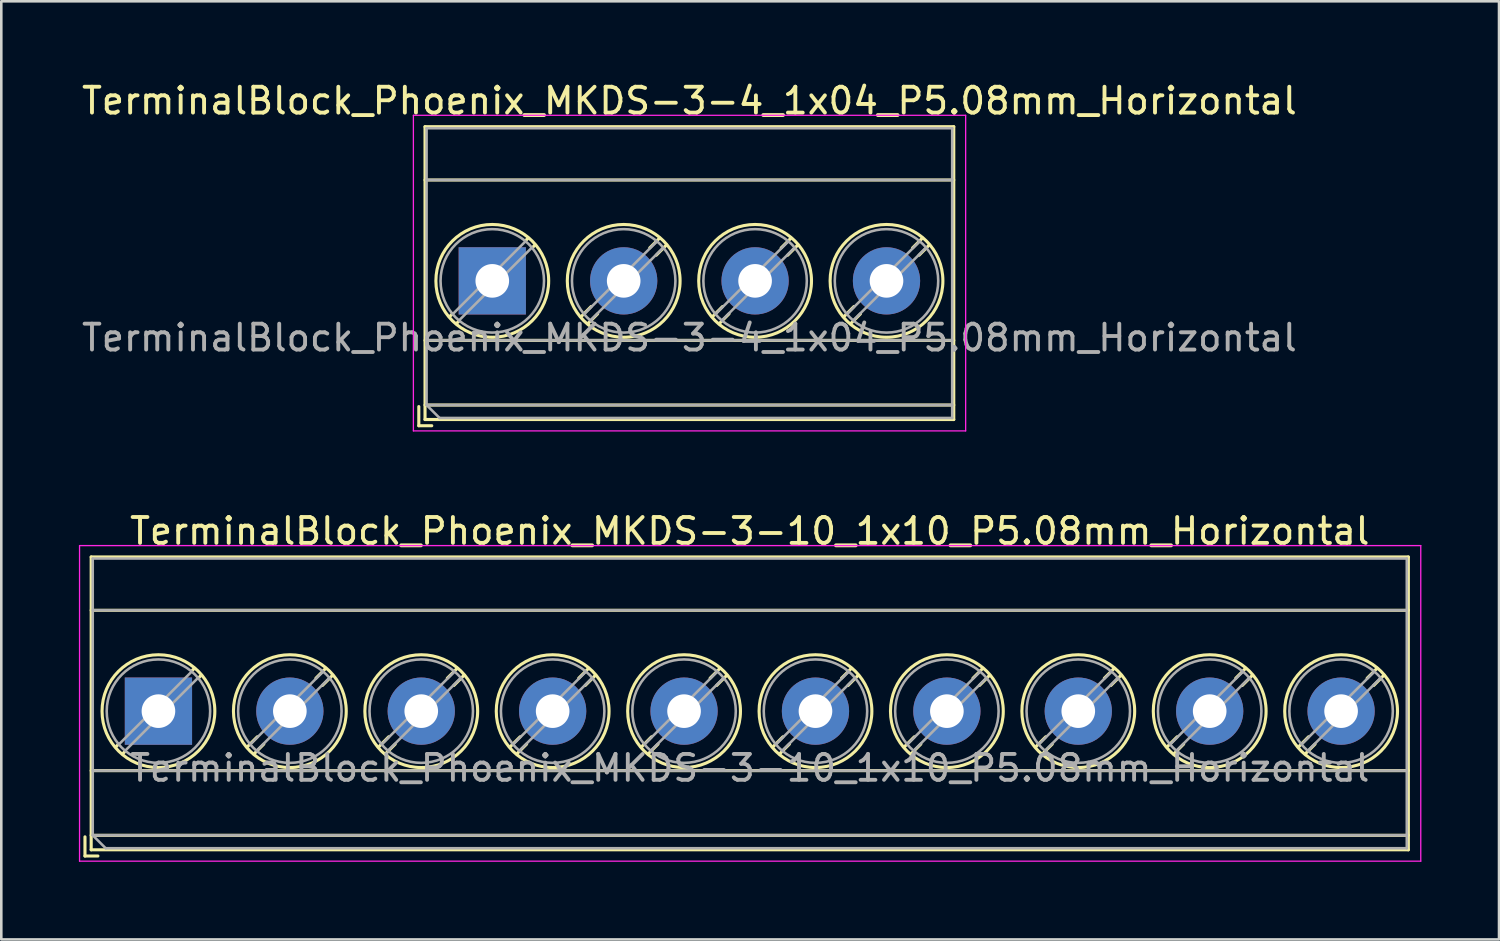
<source format=kicad_pcb>
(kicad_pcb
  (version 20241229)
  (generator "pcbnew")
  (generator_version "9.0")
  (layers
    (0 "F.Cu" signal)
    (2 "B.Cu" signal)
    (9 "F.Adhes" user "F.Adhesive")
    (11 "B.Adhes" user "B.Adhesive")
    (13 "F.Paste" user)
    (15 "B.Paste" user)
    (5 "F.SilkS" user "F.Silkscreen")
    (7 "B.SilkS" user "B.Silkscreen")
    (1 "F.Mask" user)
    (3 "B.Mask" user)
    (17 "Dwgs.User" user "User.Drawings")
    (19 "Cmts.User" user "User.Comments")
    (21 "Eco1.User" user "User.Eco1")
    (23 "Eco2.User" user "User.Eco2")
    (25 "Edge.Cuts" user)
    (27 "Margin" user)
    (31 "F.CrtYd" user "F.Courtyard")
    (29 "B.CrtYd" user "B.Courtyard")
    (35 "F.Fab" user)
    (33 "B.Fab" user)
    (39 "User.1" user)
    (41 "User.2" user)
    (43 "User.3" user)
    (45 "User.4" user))
  (footprint "TerminalBlock_Phoenix_MKDS-3-10_1x10_P5.08mm_Horizontal"
    (layer "F.Cu")
    (at 3.075 24.442)
    (property "Reference" "TerminalBlock_Phoenix_MKDS-3-10_1x10_P5.08mm_Horizontal" (at 22.86 -6.96 0) (layer "F.SilkS") (effects (font (size 1 1) (thickness 0.15))))
    (attr through_hole)
    (fp_line (start -2.84 4.86) (end -2.84 5.6) (stroke (width 0.12) (type solid)) (layer "F.SilkS"))
    (fp_line (start -2.84 5.6) (end -2.34 5.6) (stroke (width 0.12) (type solid)) (layer "F.SilkS"))
    (fp_line (start -2.6 -5.96) (end -2.6 5.36) (stroke (width 0.12) (type solid)) (layer "F.SilkS"))
    (fp_line (start -2.6 -5.96) (end 48.32 -5.96) (stroke (width 0.12) (type solid)) (layer "F.SilkS"))
    (fp_line (start -2.6 -3.9) (end 48.32 -3.9) (stroke (width 0.12) (type solid)) (layer "F.SilkS"))
    (fp_line (start -2.6 2.3) (end 48.32 2.3) (stroke (width 0.12) (type solid)) (layer "F.SilkS"))
    (fp_line (start -2.6 4.8) (end 48.32 4.8) (stroke (width 0.12) (type solid)) (layer "F.SilkS"))
    (fp_line (start -2.6 5.36) (end 48.32 5.36) (stroke (width 0.12) (type solid)) (layer "F.SilkS"))
    (fp_line (start -1.548 1.281) (end -1.654 1.388) (stroke (width 0.12) (type solid)) (layer "F.SilkS"))
    (fp_line (start -1.282 1.547) (end -1.388 1.654) (stroke (width 0.12) (type solid)) (layer "F.SilkS"))
    (fp_line (start 1.388 -1.654) (end 1.281 -1.547) (stroke (width 0.12) (type solid)) (layer "F.SilkS"))
    (fp_line (start 1.654 -1.388) (end 1.547 -1.281) (stroke (width 0.12) (type solid)) (layer "F.SilkS"))
    (fp_line (start 3.822 0.992) (end 3.427 1.388) (stroke (width 0.12) (type solid)) (layer "F.SilkS"))
    (fp_line (start 4.073 1.274) (end 3.693 1.654) (stroke (width 0.12) (type solid)) (layer "F.SilkS"))
    (fp_line (start 6.468 -1.654) (end 6.088 -1.274) (stroke (width 0.12) (type solid)) (layer "F.SilkS"))
    (fp_line (start 6.734 -1.388) (end 6.339 -0.992) (stroke (width 0.12) (type solid)) (layer "F.SilkS"))
    (fp_line (start 8.902 0.992) (end 8.507 1.388) (stroke (width 0.12) (type solid)) (layer "F.SilkS"))
    (fp_line (start 9.153 1.274) (end 8.773 1.654) (stroke (width 0.12) (type solid)) (layer "F.SilkS"))
    (fp_line (start 11.548 -1.654) (end 11.168 -1.274) (stroke (width 0.12) (type solid)) (layer "F.SilkS"))
    (fp_line (start 11.814 -1.388) (end 11.419 -0.992) (stroke (width 0.12) (type solid)) (layer "F.SilkS"))
    (fp_line (start 13.982 0.992) (end 13.587 1.388) (stroke (width 0.12) (type solid)) (layer "F.SilkS"))
    (fp_line (start 14.233 1.274) (end 13.853 1.654) (stroke (width 0.12) (type solid)) (layer "F.SilkS"))
    (fp_line (start 16.628 -1.654) (end 16.248 -1.274) (stroke (width 0.12) (type solid)) (layer "F.SilkS"))
    (fp_line (start 16.894 -1.388) (end 16.499 -0.992) (stroke (width 0.12) (type solid)) (layer "F.SilkS"))
    (fp_line (start 19.062 0.992) (end 18.667 1.388) (stroke (width 0.12) (type solid)) (layer "F.SilkS"))
    (fp_line (start 19.313 1.274) (end 18.933 1.654) (stroke (width 0.12) (type solid)) (layer "F.SilkS"))
    (fp_line (start 21.708 -1.654) (end 21.328 -1.274) (stroke (width 0.12) (type solid)) (layer "F.SilkS"))
    (fp_line (start 21.974 -1.388) (end 21.579 -0.992) (stroke (width 0.12) (type solid)) (layer "F.SilkS"))
    (fp_line (start 24.142 0.992) (end 23.747 1.388) (stroke (width 0.12) (type solid)) (layer "F.SilkS"))
    (fp_line (start 24.393 1.274) (end 24.013 1.654) (stroke (width 0.12) (type solid)) (layer "F.SilkS"))
    (fp_line (start 26.788 -1.654) (end 26.408 -1.274) (stroke (width 0.12) (type solid)) (layer "F.SilkS"))
    (fp_line (start 27.054 -1.388) (end 26.659 -0.992) (stroke (width 0.12) (type solid)) (layer "F.SilkS"))
    (fp_line (start 29.222 0.992) (end 28.827 1.388) (stroke (width 0.12) (type solid)) (layer "F.SilkS"))
    (fp_line (start 29.473 1.274) (end 29.093 1.654) (stroke (width 0.12) (type solid)) (layer "F.SilkS"))
    (fp_line (start 31.868 -1.654) (end 31.488 -1.274) (stroke (width 0.12) (type solid)) (layer "F.SilkS"))
    (fp_line (start 32.134 -1.388) (end 31.739 -0.992) (stroke (width 0.12) (type solid)) (layer "F.SilkS"))
    (fp_line (start 34.302 0.992) (end 33.907 1.388) (stroke (width 0.12) (type solid)) (layer "F.SilkS"))
    (fp_line (start 34.553 1.274) (end 34.173 1.654) (stroke (width 0.12) (type solid)) (layer "F.SilkS"))
    (fp_line (start 36.948 -1.654) (end 36.568 -1.274) (stroke (width 0.12) (type solid)) (layer "F.SilkS"))
    (fp_line (start 37.214 -1.388) (end 36.819 -0.992) (stroke (width 0.12) (type solid)) (layer "F.SilkS"))
    (fp_line (start 39.382 0.992) (end 38.987 1.388) (stroke (width 0.12) (type solid)) (layer "F.SilkS"))
    (fp_line (start 39.633 1.274) (end 39.253 1.654) (stroke (width 0.12) (type solid)) (layer "F.SilkS"))
    (fp_line (start 42.028 -1.654) (end 41.648 -1.274) (stroke (width 0.12) (type solid)) (layer "F.SilkS"))
    (fp_line (start 42.294 -1.388) (end 41.899 -0.992) (stroke (width 0.12) (type solid)) (layer "F.SilkS"))
    (fp_line (start 44.462 0.992) (end 44.067 1.388) (stroke (width 0.12) (type solid)) (layer "F.SilkS"))
    (fp_line (start 44.713 1.274) (end 44.333 1.654) (stroke (width 0.12) (type solid)) (layer "F.SilkS"))
    (fp_line (start 47.108 -1.654) (end 46.728 -1.274) (stroke (width 0.12) (type solid)) (layer "F.SilkS"))
    (fp_line (start 47.374 -1.388) (end 46.979 -0.992) (stroke (width 0.12) (type solid)) (layer "F.SilkS"))
    (fp_line (start 48.32 -5.96) (end 48.32 5.36) (stroke (width 0.12) (type solid)) (layer "F.SilkS"))
    (fp_circle (center 0 0) (end 2.18 0) (stroke (width 0.12) (type solid)) (fill no) (layer "F.SilkS"))
    (fp_circle (center 5.08 0) (end 7.26 0) (stroke (width 0.12) (type solid)) (fill no) (layer "F.SilkS"))
    (fp_circle (center 10.16 0) (end 12.34 0) (stroke (width 0.12) (type solid)) (fill no) (layer "F.SilkS"))
    (fp_circle (center 15.24 0) (end 17.42 0) (stroke (width 0.12) (type solid)) (fill no) (layer "F.SilkS"))
    (fp_circle (center 20.32 0) (end 22.5 0) (stroke (width 0.12) (type solid)) (fill no) (layer "F.SilkS"))
    (fp_circle (center 25.4 0) (end 27.58 0) (stroke (width 0.12) (type solid)) (fill no) (layer "F.SilkS"))
    (fp_circle (center 30.48 0) (end 32.66 0) (stroke (width 0.12) (type solid)) (fill no) (layer "F.SilkS"))
    (fp_circle (center 35.56 0) (end 37.74 0) (stroke (width 0.12) (type solid)) (fill no) (layer "F.SilkS"))
    (fp_circle (center 40.64 0) (end 42.82 0) (stroke (width 0.12) (type solid)) (fill no) (layer "F.SilkS"))
    (fp_circle (center 45.72 0) (end 47.9 0) (stroke (width 0.12) (type solid)) (fill no) (layer "F.SilkS"))
    (fp_line (start -3.05 -6.4) (end -3.05 5.8) (stroke (width 0.05) (type solid)) (layer "F.CrtYd"))
    (fp_line (start -3.05 5.8) (end 48.8 5.8) (stroke (width 0.05) (type solid)) (layer "F.CrtYd"))
    (fp_line (start 48.8 -6.4) (end -3.05 -6.4) (stroke (width 0.05) (type solid)) (layer "F.CrtYd"))
    (fp_line (start 48.8 5.8) (end 48.8 -6.4) (stroke (width 0.05) (type solid)) (layer "F.CrtYd"))
    (fp_line (start -2.54 -5.9) (end 48.26 -5.9) (stroke (width 0.1) (type solid)) (layer "F.Fab"))
    (fp_line (start -2.54 -3.9) (end 48.26 -3.9) (stroke (width 0.1) (type solid)) (layer "F.Fab"))
    (fp_line (start -2.54 2.3) (end 48.26 2.3) (stroke (width 0.1) (type solid)) (layer "F.Fab"))
    (fp_line (start -2.54 4.8) (end -2.54 -5.9) (stroke (width 0.1) (type solid)) (layer "F.Fab"))
    (fp_line (start -2.54 4.8) (end 48.26 4.8) (stroke (width 0.1) (type solid)) (layer "F.Fab"))
    (fp_line (start -2.04 5.3) (end -2.54 4.8) (stroke (width 0.1) (type solid)) (layer "F.Fab"))
    (fp_line (start 1.273 -1.517) (end -1.517 1.273) (stroke (width 0.1) (type solid)) (layer "F.Fab"))
    (fp_line (start 1.517 -1.273) (end -1.273 1.517) (stroke (width 0.1) (type solid)) (layer "F.Fab"))
    (fp_line (start 6.353 -1.517) (end 3.564 1.273) (stroke (width 0.1) (type solid)) (layer "F.Fab"))
    (fp_line (start 6.597 -1.273) (end 3.808 1.517) (stroke (width 0.1) (type solid)) (layer "F.Fab"))
    (fp_line (start 11.433 -1.517) (end 8.644 1.273) (stroke (width 0.1) (type solid)) (layer "F.Fab"))
    (fp_line (start 11.677 -1.273) (end 8.888 1.517) (stroke (width 0.1) (type solid)) (layer "F.Fab"))
    (fp_line (start 16.513 -1.517) (end 13.724 1.273) (stroke (width 0.1) (type solid)) (layer "F.Fab"))
    (fp_line (start 16.757 -1.273) (end 13.968 1.517) (stroke (width 0.1) (type solid)) (layer "F.Fab"))
    (fp_line (start 21.593 -1.517) (end 18.804 1.273) (stroke (width 0.1) (type solid)) (layer "F.Fab"))
    (fp_line (start 21.837 -1.273) (end 19.048 1.517) (stroke (width 0.1) (type solid)) (layer "F.Fab"))
    (fp_line (start 26.673 -1.517) (end 23.884 1.273) (stroke (width 0.1) (type solid)) (layer "F.Fab"))
    (fp_line (start 26.917 -1.273) (end 24.128 1.517) (stroke (width 0.1) (type solid)) (layer "F.Fab"))
    (fp_line (start 31.753 -1.517) (end 28.964 1.273) (stroke (width 0.1) (type solid)) (layer "F.Fab"))
    (fp_line (start 31.997 -1.273) (end 29.208 1.517) (stroke (width 0.1) (type solid)) (layer "F.Fab"))
    (fp_line (start 36.833 -1.517) (end 34.044 1.273) (stroke (width 0.1) (type solid)) (layer "F.Fab"))
    (fp_line (start 37.077 -1.273) (end 34.288 1.517) (stroke (width 0.1) (type solid)) (layer "F.Fab"))
    (fp_line (start 41.913 -1.517) (end 39.124 1.273) (stroke (width 0.1) (type solid)) (layer "F.Fab"))
    (fp_line (start 42.157 -1.273) (end 39.368 1.517) (stroke (width 0.1) (type solid)) (layer "F.Fab"))
    (fp_line (start 46.993 -1.517) (end 44.204 1.273) (stroke (width 0.1) (type solid)) (layer "F.Fab"))
    (fp_line (start 47.237 -1.273) (end 44.448 1.517) (stroke (width 0.1) (type solid)) (layer "F.Fab"))
    (fp_line (start 48.26 -5.9) (end 48.26 5.3) (stroke (width 0.1) (type solid)) (layer "F.Fab"))
    (fp_line (start 48.26 5.3) (end -2.04 5.3) (stroke (width 0.1) (type solid)) (layer "F.Fab"))
    (fp_circle (center 0 0) (end 2 0) (stroke (width 0.1) (type solid)) (fill no) (layer "F.Fab"))
    (fp_circle (center 5.08 0) (end 7.08 0) (stroke (width 0.1) (type solid)) (fill no) (layer "F.Fab"))
    (fp_circle (center 10.16 0) (end 12.16 0) (stroke (width 0.1) (type solid)) (fill no) (layer "F.Fab"))
    (fp_circle (center 15.24 0) (end 17.24 0) (stroke (width 0.1) (type solid)) (fill no) (layer "F.Fab"))
    (fp_circle (center 20.32 0) (end 22.32 0) (stroke (width 0.1) (type solid)) (fill no) (layer "F.Fab"))
    (fp_circle (center 25.4 0) (end 27.4 0) (stroke (width 0.1) (type solid)) (fill no) (layer "F.Fab"))
    (fp_circle (center 30.48 0) (end 32.48 0) (stroke (width 0.1) (type solid)) (fill no) (layer "F.Fab"))
    (fp_circle (center 35.56 0) (end 37.56 0) (stroke (width 0.1) (type solid)) (fill no) (layer "F.Fab"))
    (fp_circle (center 40.64 0) (end 42.64 0) (stroke (width 0.1) (type solid)) (fill no) (layer "F.Fab"))
    (fp_circle (center 45.72 0) (end 47.72 0) (stroke (width 0.1) (type solid)) (fill no) (layer "F.Fab"))
    (fp_text user "${REFERENCE}" (at 22.86 2.2 0) (layer "F.Fab") (effects (font (size 1 1) (thickness 0.15))))
    (pad "1" thru_hole rect (at 0 0) (size 2.6 2.6) (drill 1.3) (layers "*.Cu" "*.Mask"))
    (pad "2" thru_hole circle (at 5.08 0) (size 2.6 2.6) (drill 1.3) (layers "*.Cu" "*.Mask"))
    (pad "3" thru_hole circle (at 10.16 0) (size 2.6 2.6) (drill 1.3) (layers "*.Cu" "*.Mask"))
    (pad "4" thru_hole circle (at 15.24 0) (size 2.6 2.6) (drill 1.3) (layers "*.Cu" "*.Mask"))
    (pad "5" thru_hole circle (at 20.32 0) (size 2.6 2.6) (drill 1.3) (layers "*.Cu" "*.Mask"))
    (pad "6" thru_hole circle (at 25.4 0) (size 2.6 2.6) (drill 1.3) (layers "*.Cu" "*.Mask"))
    (pad "7" thru_hole circle (at 30.48 0) (size 2.6 2.6) (drill 1.3) (layers "*.Cu" "*.Mask"))
    (pad "8" thru_hole circle (at 35.56 0) (size 2.6 2.6) (drill 1.3) (layers "*.Cu" "*.Mask"))
    (pad "9" thru_hole circle (at 40.64 0) (size 2.6 2.6) (drill 1.3) (layers "*.Cu" "*.Mask"))
    (pad "10" thru_hole circle (at 45.72 0) (size 2.6 2.6) (drill 1.3) (layers "*.Cu" "*.Mask")))
  (footprint "TerminalBlock_Phoenix_MKDS-3-4_1x04_P5.08mm_Horizontal"
    (layer "F.Cu")
    (at 15.981 7.808)
    (property "Reference" "TerminalBlock_Phoenix_MKDS-3-4_1x04_P5.08mm_Horizontal" (at 7.62 -6.96 0) (layer "F.SilkS") (effects (font (size 1 1) (thickness 0.15))))
    (attr through_hole)
    (fp_line (start -2.84 4.86) (end -2.84 5.6) (stroke (width 0.12) (type solid)) (layer "F.SilkS"))
    (fp_line (start -2.84 5.6) (end -2.34 5.6) (stroke (width 0.12) (type solid)) (layer "F.SilkS"))
    (fp_line (start -2.6 -5.96) (end -2.6 5.36) (stroke (width 0.12) (type solid)) (layer "F.SilkS"))
    (fp_line (start -2.6 -5.96) (end 17.84 -5.96) (stroke (width 0.12) (type solid)) (layer "F.SilkS"))
    (fp_line (start -2.6 -3.9) (end 17.84 -3.9) (stroke (width 0.12) (type solid)) (layer "F.SilkS"))
    (fp_line (start -2.6 2.3) (end 17.84 2.3) (stroke (width 0.12) (type solid)) (layer "F.SilkS"))
    (fp_line (start -2.6 4.8) (end 17.84 4.8) (stroke (width 0.12) (type solid)) (layer "F.SilkS"))
    (fp_line (start -2.6 5.36) (end 17.84 5.36) (stroke (width 0.12) (type solid)) (layer "F.SilkS"))
    (fp_line (start -1.548 1.281) (end -1.654 1.388) (stroke (width 0.12) (type solid)) (layer "F.SilkS"))
    (fp_line (start -1.282 1.547) (end -1.388 1.654) (stroke (width 0.12) (type solid)) (layer "F.SilkS"))
    (fp_line (start 1.388 -1.654) (end 1.281 -1.547) (stroke (width 0.12) (type solid)) (layer "F.SilkS"))
    (fp_line (start 1.654 -1.388) (end 1.547 -1.281) (stroke (width 0.12) (type solid)) (layer "F.SilkS"))
    (fp_line (start 3.822 0.992) (end 3.427 1.388) (stroke (width 0.12) (type solid)) (layer "F.SilkS"))
    (fp_line (start 4.073 1.274) (end 3.693 1.654) (stroke (width 0.12) (type solid)) (layer "F.SilkS"))
    (fp_line (start 6.468 -1.654) (end 6.088 -1.274) (stroke (width 0.12) (type solid)) (layer "F.SilkS"))
    (fp_line (start 6.734 -1.388) (end 6.339 -0.992) (stroke (width 0.12) (type solid)) (layer "F.SilkS"))
    (fp_line (start 8.902 0.992) (end 8.507 1.388) (stroke (width 0.12) (type solid)) (layer "F.SilkS"))
    (fp_line (start 9.153 1.274) (end 8.773 1.654) (stroke (width 0.12) (type solid)) (layer "F.SilkS"))
    (fp_line (start 11.548 -1.654) (end 11.168 -1.274) (stroke (width 0.12) (type solid)) (layer "F.SilkS"))
    (fp_line (start 11.814 -1.388) (end 11.419 -0.992) (stroke (width 0.12) (type solid)) (layer "F.SilkS"))
    (fp_line (start 13.982 0.992) (end 13.587 1.388) (stroke (width 0.12) (type solid)) (layer "F.SilkS"))
    (fp_line (start 14.233 1.274) (end 13.853 1.654) (stroke (width 0.12) (type solid)) (layer "F.SilkS"))
    (fp_line (start 16.628 -1.654) (end 16.248 -1.274) (stroke (width 0.12) (type solid)) (layer "F.SilkS"))
    (fp_line (start 16.894 -1.388) (end 16.499 -0.992) (stroke (width 0.12) (type solid)) (layer "F.SilkS"))
    (fp_line (start 17.84 -5.96) (end 17.84 5.36) (stroke (width 0.12) (type solid)) (layer "F.SilkS"))
    (fp_circle (center 0 0) (end 2.18 0) (stroke (width 0.12) (type solid)) (fill no) (layer "F.SilkS"))
    (fp_circle (center 5.08 0) (end 7.26 0) (stroke (width 0.12) (type solid)) (fill no) (layer "F.SilkS"))
    (fp_circle (center 10.16 0) (end 12.34 0) (stroke (width 0.12) (type solid)) (fill no) (layer "F.SilkS"))
    (fp_circle (center 15.24 0) (end 17.42 0) (stroke (width 0.12) (type solid)) (fill no) (layer "F.SilkS"))
    (fp_line (start -3.05 -6.4) (end -3.05 5.8) (stroke (width 0.05) (type solid)) (layer "F.CrtYd"))
    (fp_line (start -3.05 5.8) (end 18.3 5.8) (stroke (width 0.05) (type solid)) (layer "F.CrtYd"))
    (fp_line (start 18.3 -6.4) (end -3.05 -6.4) (stroke (width 0.05) (type solid)) (layer "F.CrtYd"))
    (fp_line (start 18.3 5.8) (end 18.3 -6.4) (stroke (width 0.05) (type solid)) (layer "F.CrtYd"))
    (fp_line (start -2.54 -5.9) (end 17.78 -5.9) (stroke (width 0.1) (type solid)) (layer "F.Fab"))
    (fp_line (start -2.54 -3.9) (end 17.78 -3.9) (stroke (width 0.1) (type solid)) (layer "F.Fab"))
    (fp_line (start -2.54 2.3) (end 17.78 2.3) (stroke (width 0.1) (type solid)) (layer "F.Fab"))
    (fp_line (start -2.54 4.8) (end -2.54 -5.9) (stroke (width 0.1) (type solid)) (layer "F.Fab"))
    (fp_line (start -2.54 4.8) (end 17.78 4.8) (stroke (width 0.1) (type solid)) (layer "F.Fab"))
    (fp_line (start -2.04 5.3) (end -2.54 4.8) (stroke (width 0.1) (type solid)) (layer "F.Fab"))
    (fp_line (start 1.273 -1.517) (end -1.517 1.273) (stroke (width 0.1) (type solid)) (layer "F.Fab"))
    (fp_line (start 1.517 -1.273) (end -1.273 1.517) (stroke (width 0.1) (type solid)) (layer "F.Fab"))
    (fp_line (start 6.353 -1.517) (end 3.564 1.273) (stroke (width 0.1) (type solid)) (layer "F.Fab"))
    (fp_line (start 6.597 -1.273) (end 3.808 1.517) (stroke (width 0.1) (type solid)) (layer "F.Fab"))
    (fp_line (start 11.433 -1.517) (end 8.644 1.273) (stroke (width 0.1) (type solid)) (layer "F.Fab"))
    (fp_line (start 11.677 -1.273) (end 8.888 1.517) (stroke (width 0.1) (type solid)) (layer "F.Fab"))
    (fp_line (start 16.513 -1.517) (end 13.724 1.273) (stroke (width 0.1) (type solid)) (layer "F.Fab"))
    (fp_line (start 16.757 -1.273) (end 13.968 1.517) (stroke (width 0.1) (type solid)) (layer "F.Fab"))
    (fp_line (start 17.78 -5.9) (end 17.78 5.3) (stroke (width 0.1) (type solid)) (layer "F.Fab"))
    (fp_line (start 17.78 5.3) (end -2.04 5.3) (stroke (width 0.1) (type solid)) (layer "F.Fab"))
    (fp_circle (center 0 0) (end 2 0) (stroke (width 0.1) (type solid)) (fill no) (layer "F.Fab"))
    (fp_circle (center 5.08 0) (end 7.08 0) (stroke (width 0.1) (type solid)) (fill no) (layer "F.Fab"))
    (fp_circle (center 10.16 0) (end 12.16 0) (stroke (width 0.1) (type solid)) (fill no) (layer "F.Fab"))
    (fp_circle (center 15.24 0) (end 17.24 0) (stroke (width 0.1) (type solid)) (fill no) (layer "F.Fab"))
    (fp_text user "${REFERENCE}" (at 7.62 2.2 0) (layer "F.Fab") (effects (font (size 1 1) (thickness 0.15))))
    (pad "1" thru_hole rect (at 0 0) (size 2.6 2.6) (drill 1.3) (layers "*.Cu" "*.Mask"))
    (pad "2" thru_hole circle (at 5.08 0) (size 2.6 2.6) (drill 1.3) (layers "*.Cu" "*.Mask"))
    (pad "3" thru_hole circle (at 10.16 0) (size 2.6 2.6) (drill 1.3) (layers "*.Cu" "*.Mask"))
    (pad "4" thru_hole circle (at 15.24 0) (size 2.6 2.6) (drill 1.3) (layers "*.Cu" "*.Mask")))
  (gr_rect
    (start -3 -3)
    (end 54.9 33.267)
    (stroke (width 0.1) (type default))
    (fill no)
    (layer "Edge.Cuts")))
</source>
